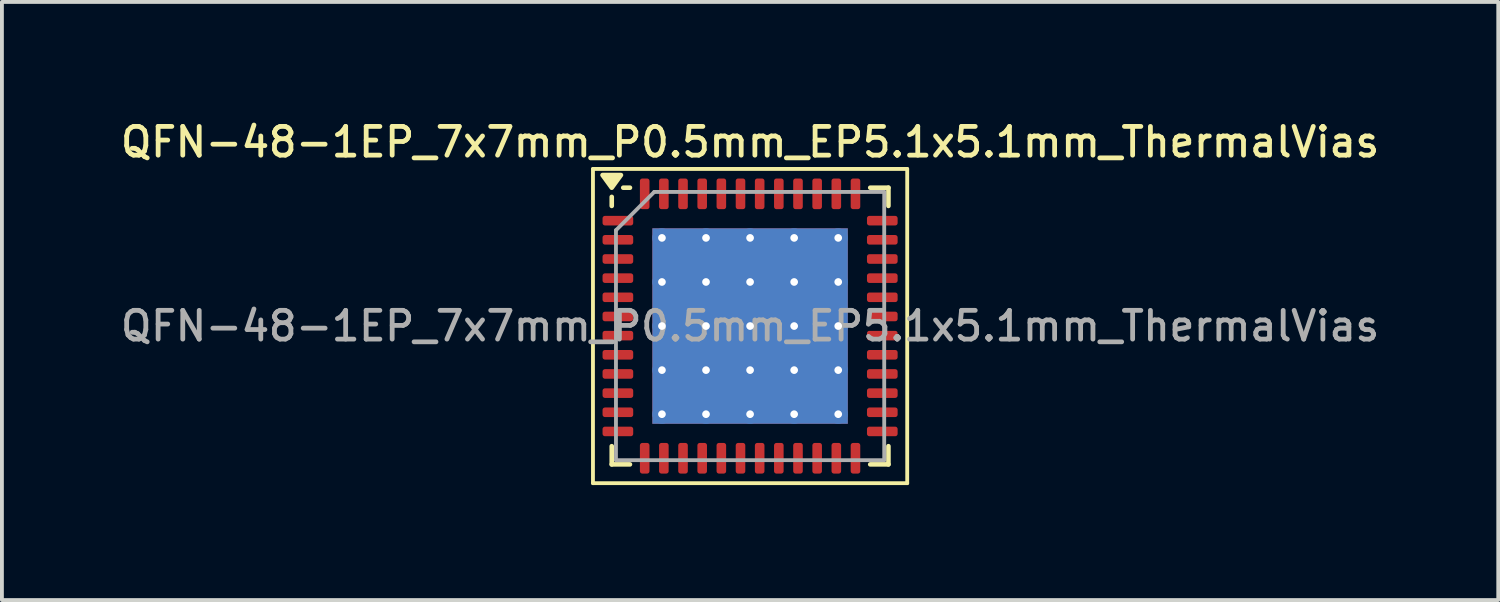
<source format=kicad_pcb>
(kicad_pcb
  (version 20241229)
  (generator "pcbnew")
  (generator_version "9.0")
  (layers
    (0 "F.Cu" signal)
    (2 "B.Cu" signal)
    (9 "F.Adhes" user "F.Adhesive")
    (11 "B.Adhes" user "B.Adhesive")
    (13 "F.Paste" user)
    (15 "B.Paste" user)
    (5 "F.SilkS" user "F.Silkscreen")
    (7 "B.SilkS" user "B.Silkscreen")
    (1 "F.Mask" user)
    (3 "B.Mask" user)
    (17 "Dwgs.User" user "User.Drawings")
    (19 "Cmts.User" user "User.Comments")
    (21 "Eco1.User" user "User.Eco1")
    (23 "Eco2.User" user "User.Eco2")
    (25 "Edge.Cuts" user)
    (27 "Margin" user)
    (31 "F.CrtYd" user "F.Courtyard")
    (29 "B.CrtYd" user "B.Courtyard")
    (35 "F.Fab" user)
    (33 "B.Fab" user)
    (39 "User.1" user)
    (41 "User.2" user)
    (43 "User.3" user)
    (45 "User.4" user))
  (footprint "QFN-48-1EP_7x7mm_P0.5mm_EP5.1x5.1mm_ThermalVias"
    (layer "F.Cu")
    (at 16.523 5.458)
    (property "Reference" "QFN-48-1EP_7x7mm_P0.5mm_EP5.1x5.1mm_ThermalVias" (at 0 -4.8 0) (layer "F.SilkS") (effects (font (size 0.75 0.75) (thickness 0.125))))
    (attr smd)
    (fp_line (start -4.1 -4.1) (end -4.1 4.1) (stroke (width 0.1) (type solid)) (layer "F.SilkS"))
    (fp_line (start -4.1 4.1) (end 4.1 4.1) (stroke (width 0.1) (type solid)) (layer "F.SilkS"))
    (fp_line (start -3.61 -3.135) (end -3.61 -3.37) (stroke (width 0.12) (type solid)) (layer "F.SilkS"))
    (fp_line (start -3.61 3.61) (end -3.61 3.135) (stroke (width 0.12) (type solid)) (layer "F.SilkS"))
    (fp_line (start -3.135 -3.61) (end -3.31 -3.61) (stroke (width 0.12) (type solid)) (layer "F.SilkS"))
    (fp_line (start -3.135 3.61) (end -3.61 3.61) (stroke (width 0.12) (type solid)) (layer "F.SilkS"))
    (fp_line (start 3.135 -3.61) (end 3.61 -3.61) (stroke (width 0.12) (type solid)) (layer "F.SilkS"))
    (fp_line (start 3.135 3.61) (end 3.61 3.61) (stroke (width 0.12) (type solid)) (layer "F.SilkS"))
    (fp_line (start 3.61 -3.61) (end 3.61 -3.135) (stroke (width 0.12) (type solid)) (layer "F.SilkS"))
    (fp_line (start 3.61 3.61) (end 3.61 3.135) (stroke (width 0.12) (type solid)) (layer "F.SilkS"))
    (fp_line (start 4.1 -4.1) (end -4.1 -4.1) (stroke (width 0.1) (type solid)) (layer "F.SilkS"))
    (fp_line (start 4.1 4.1) (end 4.1 -4.1) (stroke (width 0.1) (type solid)) (layer "F.SilkS"))
    (fp_poly (pts (xy -3.61 -3.61) (xy -3.85 -3.94) (xy -3.37 -3.94) (xy -3.61 -3.61)) (stroke (width 0.12) (type solid)) (fill yes) (layer "F.SilkS"))
    (fp_line (start -3.5 -2.5) (end -2.5 -3.5) (stroke (width 0.1) (type solid)) (layer "F.Fab"))
    (fp_line (start -3.5 3.5) (end -3.5 -2.5) (stroke (width 0.1) (type solid)) (layer "F.Fab"))
    (fp_line (start -2.5 -3.5) (end 3.5 -3.5) (stroke (width 0.1) (type solid)) (layer "F.Fab"))
    (fp_line (start 3.5 -3.5) (end 3.5 3.5) (stroke (width 0.1) (type solid)) (layer "F.Fab"))
    (fp_line (start 3.5 3.5) (end -3.5 3.5) (stroke (width 0.1) (type solid)) (layer "F.Fab"))
    (fp_text user "${REFERENCE}" (at 0 0 0) (layer "F.Fab") (effects (font (size 0.75 0.75) (thickness 0.125))))
    (pad "" smd roundrect (at -1.725 -1.725) (size 0.988 0.988) (layers "F.Paste") (roundrect_rratio 0.25))
    (pad "" smd roundrect (at -1.725 -0.575) (size 0.988 0.988) (layers "F.Paste") (roundrect_rratio 0.25))
    (pad "" smd roundrect (at -1.725 0.575) (size 0.988 0.988) (layers "F.Paste") (roundrect_rratio 0.25))
    (pad "" smd roundrect (at -1.725 1.725) (size 0.988 0.988) (layers "F.Paste") (roundrect_rratio 0.25))
    (pad "" smd roundrect (at -0.575 -1.725) (size 0.988 0.988) (layers "F.Paste") (roundrect_rratio 0.25))
    (pad "" smd roundrect (at -0.575 -0.575) (size 0.988 0.988) (layers "F.Paste") (roundrect_rratio 0.25))
    (pad "" smd roundrect (at -0.575 0.575) (size 0.988 0.988) (layers "F.Paste") (roundrect_rratio 0.25))
    (pad "" smd roundrect (at -0.575 1.725) (size 0.988 0.988) (layers "F.Paste") (roundrect_rratio 0.25))
    (pad "" smd roundrect (at 0.575 -1.725) (size 0.988 0.988) (layers "F.Paste") (roundrect_rratio 0.25))
    (pad "" smd roundrect (at 0.575 -0.575) (size 0.988 0.988) (layers "F.Paste") (roundrect_rratio 0.25))
    (pad "" smd roundrect (at 0.575 0.575) (size 0.988 0.988) (layers "F.Paste") (roundrect_rratio 0.25))
    (pad "" smd roundrect (at 0.575 1.725) (size 0.988 0.988) (layers "F.Paste") (roundrect_rratio 0.25))
    (pad "" smd roundrect (at 1.725 -1.725) (size 0.988 0.988) (layers "F.Paste") (roundrect_rratio 0.25))
    (pad "" smd roundrect (at 1.725 -0.575) (size 0.988 0.988) (layers "F.Paste") (roundrect_rratio 0.25))
    (pad "" smd roundrect (at 1.725 0.575) (size 0.988 0.988) (layers "F.Paste") (roundrect_rratio 0.25))
    (pad "" smd roundrect (at 1.725 1.725) (size 0.988 0.988) (layers "F.Paste") (roundrect_rratio 0.25))
    (pad "1" smd roundrect (at -3.45 -2.75) (size 0.8 0.25) (layers "F.Cu" "F.Mask" "F.Paste") (roundrect_rratio 0.25))
    (pad "2" smd roundrect (at -3.45 -2.25) (size 0.8 0.25) (layers "F.Cu" "F.Mask" "F.Paste") (roundrect_rratio 0.25))
    (pad "3" smd roundrect (at -3.45 -1.75) (size 0.8 0.25) (layers "F.Cu" "F.Mask" "F.Paste") (roundrect_rratio 0.25))
    (pad "4" smd roundrect (at -3.45 -1.25) (size 0.8 0.25) (layers "F.Cu" "F.Mask" "F.Paste") (roundrect_rratio 0.25))
    (pad "5" smd roundrect (at -3.45 -0.75) (size 0.8 0.25) (layers "F.Cu" "F.Mask" "F.Paste") (roundrect_rratio 0.25))
    (pad "6" smd roundrect (at -3.45 -0.25) (size 0.8 0.25) (layers "F.Cu" "F.Mask" "F.Paste") (roundrect_rratio 0.25))
    (pad "7" smd roundrect (at -3.45 0.25) (size 0.8 0.25) (layers "F.Cu" "F.Mask" "F.Paste") (roundrect_rratio 0.25))
    (pad "8" smd roundrect (at -3.45 0.75) (size 0.8 0.25) (layers "F.Cu" "F.Mask" "F.Paste") (roundrect_rratio 0.25))
    (pad "9" smd roundrect (at -3.45 1.25) (size 0.8 0.25) (layers "F.Cu" "F.Mask" "F.Paste") (roundrect_rratio 0.25))
    (pad "10" smd roundrect (at -3.45 1.75) (size 0.8 0.25) (layers "F.Cu" "F.Mask" "F.Paste") (roundrect_rratio 0.25))
    (pad "11" smd roundrect (at -3.45 2.25) (size 0.8 0.25) (layers "F.Cu" "F.Mask" "F.Paste") (roundrect_rratio 0.25))
    (pad "12" smd roundrect (at -3.45 2.75) (size 0.8 0.25) (layers "F.Cu" "F.Mask" "F.Paste") (roundrect_rratio 0.25))
    (pad "13" smd roundrect (at -2.75 3.45) (size 0.25 0.8) (layers "F.Cu" "F.Mask" "F.Paste") (roundrect_rratio 0.25))
    (pad "14" smd roundrect (at -2.25 3.45) (size 0.25 0.8) (layers "F.Cu" "F.Mask" "F.Paste") (roundrect_rratio 0.25))
    (pad "15" smd roundrect (at -1.75 3.45) (size 0.25 0.8) (layers "F.Cu" "F.Mask" "F.Paste") (roundrect_rratio 0.25))
    (pad "16" smd roundrect (at -1.25 3.45) (size 0.25 0.8) (layers "F.Cu" "F.Mask" "F.Paste") (roundrect_rratio 0.25))
    (pad "17" smd roundrect (at -0.75 3.45) (size 0.25 0.8) (layers "F.Cu" "F.Mask" "F.Paste") (roundrect_rratio 0.25))
    (pad "18" smd roundrect (at -0.25 3.45) (size 0.25 0.8) (layers "F.Cu" "F.Mask" "F.Paste") (roundrect_rratio 0.25))
    (pad "19" smd roundrect (at 0.25 3.45) (size 0.25 0.8) (layers "F.Cu" "F.Mask" "F.Paste") (roundrect_rratio 0.25))
    (pad "20" smd roundrect (at 0.75 3.45) (size 0.25 0.8) (layers "F.Cu" "F.Mask" "F.Paste") (roundrect_rratio 0.25))
    (pad "21" smd roundrect (at 1.25 3.45) (size 0.25 0.8) (layers "F.Cu" "F.Mask" "F.Paste") (roundrect_rratio 0.25))
    (pad "22" smd roundrect (at 1.75 3.45) (size 0.25 0.8) (layers "F.Cu" "F.Mask" "F.Paste") (roundrect_rratio 0.25))
    (pad "23" smd roundrect (at 2.25 3.45) (size 0.25 0.8) (layers "F.Cu" "F.Mask" "F.Paste") (roundrect_rratio 0.25))
    (pad "24" smd roundrect (at 2.75 3.45) (size 0.25 0.8) (layers "F.Cu" "F.Mask" "F.Paste") (roundrect_rratio 0.25))
    (pad "25" smd roundrect (at 3.45 2.75) (size 0.8 0.25) (layers "F.Cu" "F.Mask" "F.Paste") (roundrect_rratio 0.25))
    (pad "26" smd roundrect (at 3.45 2.25) (size 0.8 0.25) (layers "F.Cu" "F.Mask" "F.Paste") (roundrect_rratio 0.25))
    (pad "27" smd roundrect (at 3.45 1.75) (size 0.8 0.25) (layers "F.Cu" "F.Mask" "F.Paste") (roundrect_rratio 0.25))
    (pad "28" smd roundrect (at 3.45 1.25) (size 0.8 0.25) (layers "F.Cu" "F.Mask" "F.Paste") (roundrect_rratio 0.25))
    (pad "29" smd roundrect (at 3.45 0.75) (size 0.8 0.25) (layers "F.Cu" "F.Mask" "F.Paste") (roundrect_rratio 0.25))
    (pad "30" smd roundrect (at 3.45 0.25) (size 0.8 0.25) (layers "F.Cu" "F.Mask" "F.Paste") (roundrect_rratio 0.25))
    (pad "31" smd roundrect (at 3.45 -0.25) (size 0.8 0.25) (layers "F.Cu" "F.Mask" "F.Paste") (roundrect_rratio 0.25))
    (pad "32" smd roundrect (at 3.45 -0.75) (size 0.8 0.25) (layers "F.Cu" "F.Mask" "F.Paste") (roundrect_rratio 0.25))
    (pad "33" smd roundrect (at 3.45 -1.25) (size 0.8 0.25) (layers "F.Cu" "F.Mask" "F.Paste") (roundrect_rratio 0.25))
    (pad "34" smd roundrect (at 3.45 -1.75) (size 0.8 0.25) (layers "F.Cu" "F.Mask" "F.Paste") (roundrect_rratio 0.25))
    (pad "35" smd roundrect (at 3.45 -2.25) (size 0.8 0.25) (layers "F.Cu" "F.Mask" "F.Paste") (roundrect_rratio 0.25))
    (pad "36" smd roundrect (at 3.45 -2.75) (size 0.8 0.25) (layers "F.Cu" "F.Mask" "F.Paste") (roundrect_rratio 0.25))
    (pad "37" smd roundrect (at 2.75 -3.45) (size 0.25 0.8) (layers "F.Cu" "F.Mask" "F.Paste") (roundrect_rratio 0.25))
    (pad "38" smd roundrect (at 2.25 -3.45) (size 0.25 0.8) (layers "F.Cu" "F.Mask" "F.Paste") (roundrect_rratio 0.25))
    (pad "39" smd roundrect (at 1.75 -3.45) (size 0.25 0.8) (layers "F.Cu" "F.Mask" "F.Paste") (roundrect_rratio 0.25))
    (pad "40" smd roundrect (at 1.25 -3.45) (size 0.25 0.8) (layers "F.Cu" "F.Mask" "F.Paste") (roundrect_rratio 0.25))
    (pad "41" smd roundrect (at 0.75 -3.45) (size 0.25 0.8) (layers "F.Cu" "F.Mask" "F.Paste") (roundrect_rratio 0.25))
    (pad "42" smd roundrect (at 0.25 -3.45) (size 0.25 0.8) (layers "F.Cu" "F.Mask" "F.Paste") (roundrect_rratio 0.25))
    (pad "43" smd roundrect (at -0.25 -3.45) (size 0.25 0.8) (layers "F.Cu" "F.Mask" "F.Paste") (roundrect_rratio 0.25))
    (pad "44" smd roundrect (at -0.75 -3.45) (size 0.25 0.8) (layers "F.Cu" "F.Mask" "F.Paste") (roundrect_rratio 0.25))
    (pad "45" smd roundrect (at -1.25 -3.45) (size 0.25 0.8) (layers "F.Cu" "F.Mask" "F.Paste") (roundrect_rratio 0.25))
    (pad "46" smd roundrect (at -1.75 -3.45) (size 0.25 0.8) (layers "F.Cu" "F.Mask" "F.Paste") (roundrect_rratio 0.25))
    (pad "47" smd roundrect (at -2.25 -3.45) (size 0.25 0.8) (layers "F.Cu" "F.Mask" "F.Paste") (roundrect_rratio 0.25))
    (pad "48" smd roundrect (at -2.75 -3.45) (size 0.25 0.8) (layers "F.Cu" "F.Mask" "F.Paste") (roundrect_rratio 0.25))
    (pad "49" thru_hole circle (at -2.3 -2.3) (size 0.5 0.5) (drill 0.2) (property pad_prop_heatsink) (layers "*.Cu"))
    (pad "49" thru_hole circle (at -2.3 -1.15) (size 0.5 0.5) (drill 0.2) (property pad_prop_heatsink) (layers "*.Cu"))
    (pad "49" thru_hole circle (at -2.3 0) (size 0.5 0.5) (drill 0.2) (property pad_prop_heatsink) (layers "*.Cu"))
    (pad "49" thru_hole circle (at -2.3 1.15) (size 0.5 0.5) (drill 0.2) (property pad_prop_heatsink) (layers "*.Cu"))
    (pad "49" thru_hole circle (at -2.3 2.3) (size 0.5 0.5) (drill 0.2) (property pad_prop_heatsink) (layers "*.Cu"))
    (pad "49" thru_hole circle (at -1.15 -2.3) (size 0.5 0.5) (drill 0.2) (property pad_prop_heatsink) (layers "*.Cu"))
    (pad "49" thru_hole circle (at -1.15 -1.15) (size 0.5 0.5) (drill 0.2) (property pad_prop_heatsink) (layers "*.Cu"))
    (pad "49" thru_hole circle (at -1.15 0) (size 0.5 0.5) (drill 0.2) (property pad_prop_heatsink) (layers "*.Cu"))
    (pad "49" thru_hole circle (at -1.15 1.15) (size 0.5 0.5) (drill 0.2) (property pad_prop_heatsink) (layers "*.Cu"))
    (pad "49" thru_hole circle (at -1.15 2.3) (size 0.5 0.5) (drill 0.2) (property pad_prop_heatsink) (layers "*.Cu"))
    (pad "49" thru_hole circle (at 0 -2.3) (size 0.5 0.5) (drill 0.2) (property pad_prop_heatsink) (layers "*.Cu"))
    (pad "49" thru_hole circle (at 0 -1.15) (size 0.5 0.5) (drill 0.2) (property pad_prop_heatsink) (layers "*.Cu"))
    (pad "49" thru_hole circle (at 0 0) (size 0.5 0.5) (drill 0.2) (property pad_prop_heatsink) (layers "*.Cu"))
    (pad "49" smd rect (at 0 0) (size 5.1 5.1) (property pad_prop_heatsink) (layers "F.Cu" "F.Mask"))
    (pad "49" smd rect (at 0 0) (size 5.1 5.1) (property pad_prop_heatsink) (layers "B.Cu"))
    (pad "49" thru_hole circle (at 0 1.15) (size 0.5 0.5) (drill 0.2) (property pad_prop_heatsink) (layers "*.Cu"))
    (pad "49" thru_hole circle (at 0 2.3) (size 0.5 0.5) (drill 0.2) (property pad_prop_heatsink) (layers "*.Cu"))
    (pad "49" thru_hole circle (at 1.15 -2.3) (size 0.5 0.5) (drill 0.2) (property pad_prop_heatsink) (layers "*.Cu"))
    (pad "49" thru_hole circle (at 1.15 -1.15) (size 0.5 0.5) (drill 0.2) (property pad_prop_heatsink) (layers "*.Cu"))
    (pad "49" thru_hole circle (at 1.15 0) (size 0.5 0.5) (drill 0.2) (property pad_prop_heatsink) (layers "*.Cu"))
    (pad "49" thru_hole circle (at 1.15 1.15) (size 0.5 0.5) (drill 0.2) (property pad_prop_heatsink) (layers "*.Cu"))
    (pad "49" thru_hole circle (at 1.15 2.3) (size 0.5 0.5) (drill 0.2) (property pad_prop_heatsink) (layers "*.Cu"))
    (pad "49" thru_hole circle (at 2.3 -2.3) (size 0.5 0.5) (drill 0.2) (property pad_prop_heatsink) (layers "*.Cu"))
    (pad "49" thru_hole circle (at 2.3 -1.15) (size 0.5 0.5) (drill 0.2) (property pad_prop_heatsink) (layers "*.Cu"))
    (pad "49" thru_hole circle (at 2.3 0) (size 0.5 0.5) (drill 0.2) (property pad_prop_heatsink) (layers "*.Cu"))
    (pad "49" thru_hole circle (at 2.3 1.15) (size 0.5 0.5) (drill 0.2) (property pad_prop_heatsink) (layers "*.Cu"))
    (pad "49" thru_hole circle (at 2.3 2.3) (size 0.5 0.5) (drill 0.2) (property pad_prop_heatsink) (layers "*.Cu")))
  (gr_rect
    (start -3 -3)
    (end 36.046 12.608)
    (stroke (width 0.1) (type default))
    (fill no)
    (layer "Edge.Cuts")))
</source>
